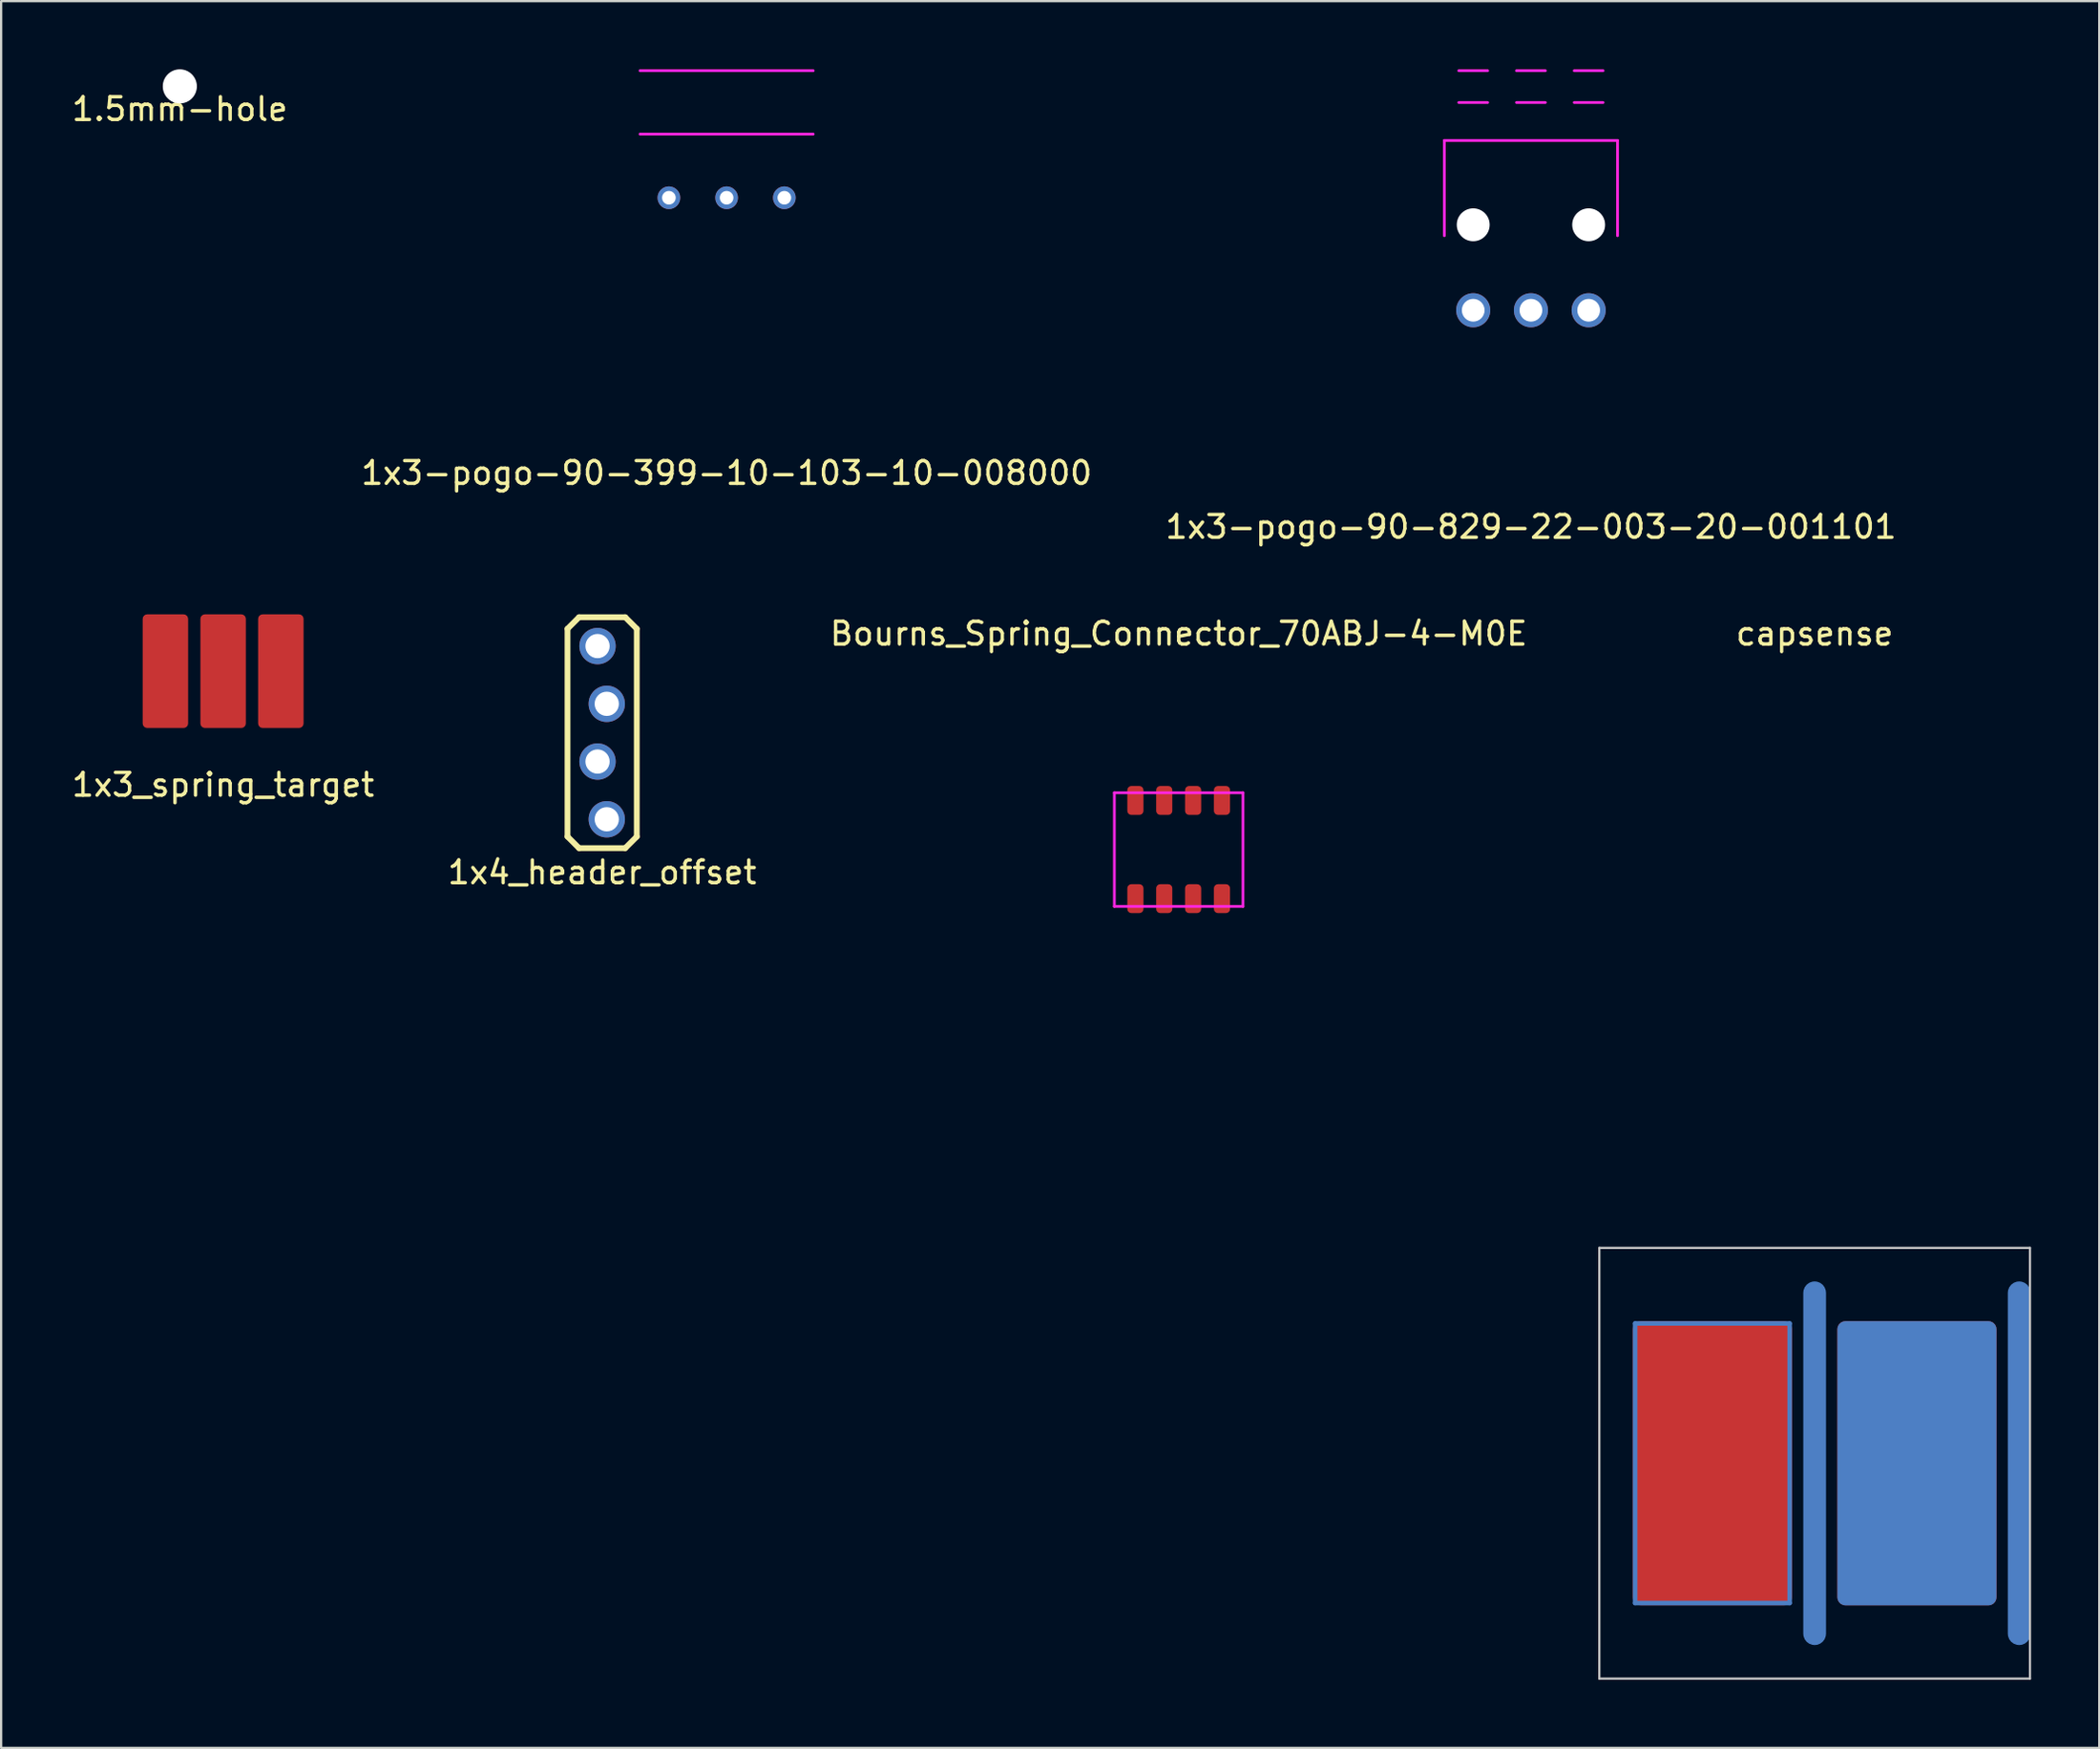
<source format=kicad_pcb>
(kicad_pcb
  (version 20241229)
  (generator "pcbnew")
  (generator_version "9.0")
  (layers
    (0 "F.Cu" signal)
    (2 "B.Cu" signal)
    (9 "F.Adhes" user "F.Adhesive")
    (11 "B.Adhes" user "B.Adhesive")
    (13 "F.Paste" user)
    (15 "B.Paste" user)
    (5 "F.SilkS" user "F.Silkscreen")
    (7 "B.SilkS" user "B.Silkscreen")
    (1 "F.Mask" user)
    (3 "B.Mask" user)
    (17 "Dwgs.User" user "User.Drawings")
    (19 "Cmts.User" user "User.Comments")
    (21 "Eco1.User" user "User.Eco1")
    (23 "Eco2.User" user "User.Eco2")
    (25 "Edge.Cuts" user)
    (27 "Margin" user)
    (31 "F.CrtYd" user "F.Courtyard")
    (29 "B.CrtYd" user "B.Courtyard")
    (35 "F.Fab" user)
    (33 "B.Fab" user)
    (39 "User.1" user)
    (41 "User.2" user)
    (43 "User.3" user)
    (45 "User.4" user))
  (footprint "1x3-pogo-90-399-10-103-10-008000"
    (layer "F.Cu")
    (at 28.923 2.26)
    (property "Reference" "1x3-pogo-90-399-10-103-10-008000" (at 0 15.5 0) (layer "F.SilkS") (effects (font (size 1 1) (thickness 0.15))))
    (attr through_hole)
    (fp_line (start 4.445 0) (end -4.445 0) (stroke (width 0.12) (type solid)) (layer "Eco2.User"))
    (fp_line (start 3.81 -2.2) (end -3.81 -2.2) (stroke (width 0.12) (type solid)) (layer "F.CrtYd"))
    (fp_line (start 3.81 0.59) (end -3.81 0.59) (stroke (width 0.12) (type solid)) (layer "F.CrtYd"))
    (pad "1" thru_hole circle (at 2.54 3.39 180) (size 1 1) (drill 0.6) (layers "*.Cu" "*.Mask"))
    (pad "2" thru_hole circle (at 0 3.39 180) (size 1 1) (drill 0.6) (layers "*.Cu" "*.Mask"))
    (pad "3" thru_hole circle (at -2.54 3.39 180) (size 1 1) (drill 0.6) (layers "*.Cu" "*.Mask")))
  (footprint "1x3-pogo-90-829-22-003-20-001101"
    (layer "F.Cu")
    (at 64.315 4.63)
    (property "Reference" "1x3-pogo-90-829-22-003-20-001101" (at 0 15.5 0) (layer "F.SilkS") (effects (font (size 1 1) (thickness 0.15))))
    (attr through_hole)
    (fp_line (start -4.445 -3.5) (end 4.445 -3.5) (stroke (width 0.12) (type solid)) (layer "Eco1.User"))
    (fp_line (start -4.445 0) (end 4.445 0) (stroke (width 0.12) (type solid)) (layer "Eco2.User"))
    (fp_line (start -3.81 -1.5) (end -3.81 2.69) (stroke (width 0.12) (type solid)) (layer "F.CrtYd"))
    (fp_line (start -1.905 -4.57) (end -3.175 -4.57) (stroke (width 0.12) (type solid)) (layer "F.CrtYd"))
    (fp_line (start -1.905 -3.17) (end -3.175 -3.17) (stroke (width 0.12) (type solid)) (layer "F.CrtYd"))
    (fp_line (start 0.635 -4.57) (end -0.635 -4.57) (stroke (width 0.12) (type solid)) (layer "F.CrtYd"))
    (fp_line (start 0.635 -3.17) (end -0.635 -3.17) (stroke (width 0.12) (type solid)) (layer "F.CrtYd"))
    (fp_line (start 3.175 -4.57) (end 1.905 -4.57) (stroke (width 0.12) (type solid)) (layer "F.CrtYd"))
    (fp_line (start 3.175 -3.17) (end 1.905 -3.17) (stroke (width 0.12) (type solid)) (layer "F.CrtYd"))
    (fp_line (start 3.81 -1.5) (end -3.81 -1.5) (stroke (width 0.12) (type solid)) (layer "F.CrtYd"))
    (fp_line (start 3.81 -1.5) (end 3.81 2.69) (stroke (width 0.12) (type solid)) (layer "F.CrtYd"))
    (pad "" np_thru_hole circle (at -2.54 2.21 180) (size 1.448 1.448) (drill 1.448) (layers "*.Cu" "*.Mask"))
    (pad "" np_thru_hole circle (at 2.54 2.21 180) (size 1.448 1.448) (drill 1.448) (layers "*.Cu" "*.Mask"))
    (pad "1" thru_hole circle (at 2.54 5.97 180) (size 1.5 1.5) (drill 1) (layers "*.Cu" "*.Mask"))
    (pad "2" thru_hole circle (at 0 5.97 180) (size 1.5 1.5) (drill 1) (layers "*.Cu" "*.Mask"))
    (pad "3" thru_hole circle (at -2.54 5.97 180) (size 1.5 1.5) (drill 1) (layers "*.Cu" "*.Mask")))
  (footprint "capsense"
    (layer "F.Cu")
    (at 76.799 61.327)
    (property "Reference" "capsense" (at 0 -36.5 0) (layer "F.SilkS") (effects (font (size 1 1) (thickness 0.15))))
    (attr through_hole)
    (fp_line (start -9.475 -9.475) (end 9.475 -9.475) (stroke (width 0.1) (type solid)) (layer "Dwgs.User"))
    (fp_line (start -9.475 9.475) (end -9.475 -9.475) (stroke (width 0.1) (type solid)) (layer "Dwgs.User"))
    (fp_line (start -9.475 9.475) (end 9.475 9.475) (stroke (width 0.1) (type solid)) (layer "Dwgs.User"))
    (fp_line (start 9.475 -9.475) (end 9.475 9.475) (stroke (width 0.1) (type solid)) (layer "Dwgs.User"))
    (pad "" smd roundrect (at -7.9 0) (size 0.2 12.5) (layers "F.Mask" "B.Cu") (roundrect_rratio 0.5))
    (pad "" smd roundrect (at -4.5 -6.15) (size 7 0.2) (layers "F.Mask" "B.Cu") (roundrect_rratio 0.5))
    (pad "" smd roundrect (at -4.5 6.15) (size 7 0.2) (layers "F.Mask" "B.Cu") (roundrect_rratio 0.5))
    (pad "" smd roundrect (at -1.1 0) (size 0.2 12.5) (layers "F.Mask" "B.Cu") (roundrect_rratio 0.5))
    (pad "" smd roundrect (at 4.5 0) (size 7 12.5) (layers "F.Cu" "F.Mask") (roundrect_rratio 0.05))
    (pad "1" smd roundrect (at -4.5 0) (size 7 12.5) (layers "F.Cu" "F.Mask") (roundrect_rratio 0.05))
    (pad "2" smd roundrect (at 4.5 0) (size 7 12.5) (layers "B.Cu" "B.Mask") (roundrect_rratio 0.05))
    (pad "3" smd roundrect (at 0 0) (size 1 16) (layers "B.Cu") (roundrect_rratio 0.5))
    (pad "3" smd roundrect (at 9 0) (size 1 16) (layers "B.Cu") (roundrect_rratio 0.5)))
  (footprint "1x3_spring_target"
    (layer "F.Cu")
    (at 6.768 26.478)
    (property "Reference" "1x3_spring_target" (at 0 5 0) (layer "F.SilkS") (effects (font (size 1 1) (thickness 0.15))))
    (attr through_hole)
    (pad "1" smd roundrect (at -2.54 0) (size 2 5) (layers "F.Cu" "F.Mask" "F.Paste") (roundrect_rratio 0.1))
    (pad "2" smd roundrect (at 0 0) (size 2 5) (layers "F.Cu" "F.Mask" "F.Paste") (roundrect_rratio 0.1))
    (pad "3" smd roundrect (at 2.54 0) (size 2 5) (layers "F.Cu" "F.Mask" "F.Paste") (roundrect_rratio 0.1)))
  (footprint "Bourns_Spring_Connector_70ABJ-4-M0E"
    (layer "F.Cu")
    (at 48.815 34.327)
    (property "Reference" "Bourns_Spring_Connector_70ABJ-4-M0E" (at 0 -9.5 0) (layer "F.SilkS") (effects (font (size 1 1) (thickness 0.15))))
    (attr through_hole)
    (fp_line (start -2.83 -2.5) (end -2.83 2.5) (stroke (width 0.12) (type solid)) (layer "F.CrtYd"))
    (fp_line (start -2.83 -2.5) (end 2.83 -2.5) (stroke (width 0.12) (type solid)) (layer "F.CrtYd"))
    (fp_line (start -2.83 2.5) (end 2.83 2.5) (stroke (width 0.12) (type solid)) (layer "F.CrtYd"))
    (fp_line (start 2.83 2.5) (end 2.83 -2.5) (stroke (width 0.12) (type solid)) (layer "F.CrtYd"))
    (pad "1" smd roundrect (at -1.905 -2.16) (size 0.71 1.27) (layers "F.Cu" "F.Mask" "F.Paste") (roundrect_rratio 0.25))
    (pad "1" smd roundrect (at -1.905 2.16) (size 0.71 1.27) (layers "F.Cu" "F.Mask" "F.Paste") (roundrect_rratio 0.25))
    (pad "1" smd roundrect (at -0.635 -2.16) (size 0.71 1.27) (layers "F.Cu" "F.Mask" "F.Paste") (roundrect_rratio 0.25))
    (pad "1" smd roundrect (at -0.635 2.16) (size 0.71 1.27) (layers "F.Cu" "F.Mask" "F.Paste") (roundrect_rratio 0.25))
    (pad "1" smd roundrect (at 0.635 -2.16) (size 0.71 1.27) (layers "F.Cu" "F.Mask" "F.Paste") (roundrect_rratio 0.25))
    (pad "1" smd roundrect (at 0.635 2.16) (size 0.71 1.27) (layers "F.Cu" "F.Mask" "F.Paste") (roundrect_rratio 0.25))
    (pad "1" smd roundrect (at 1.905 -2.16) (size 0.71 1.27) (layers "F.Cu" "F.Mask" "F.Paste") (roundrect_rratio 0.25))
    (pad "1" smd roundrect (at 1.905 2.16) (size 0.71 1.27) (layers "F.Cu" "F.Mask" "F.Paste") (roundrect_rratio 0.25)))
  (footprint "1.5mm-hole"
    (layer "F.Cu")
    (at 4.863 0.75)
    (property "Reference" "1.5mm-hole" (at 0 1 0) (layer "F.SilkS") (effects (font (size 1 1) (thickness 0.15))))
    (attr through_hole)
    (pad "" np_thru_hole circle (at 0 0) (size 1.5 1.5) (drill 1.5) (layers "*.Cu" "*.Mask")))
  (footprint "1x4_header_offset"
    (layer "F.Cu")
    (at 23.446 25.375)
    (property "Reference" "1x4_header_offset" (at 0 10.54 0) (layer "F.SilkS") (effects (font (size 1 1) (thickness 0.15)) (justify bottom)))
    (attr through_hole)
    (fp_line (start -1.524 -0.762) (end -1.016 -1.27) (stroke (width 0.254) (type solid)) (layer "F.SilkS"))
    (fp_line (start -1.524 8.382) (end -1.524 -0.762) (stroke (width 0.254) (type solid)) (layer "F.SilkS"))
    (fp_line (start -1.016 -1.27) (end 1.016 -1.27) (stroke (width 0.254) (type solid)) (layer "F.SilkS"))
    (fp_line (start -1.016 8.89) (end -1.524 8.382) (stroke (width 0.254) (type solid)) (layer "F.SilkS"))
    (fp_line (start 1.016 -1.27) (end 1.524 -0.762) (stroke (width 0.254) (type solid)) (layer "F.SilkS"))
    (fp_line (start 1.016 8.89) (end -1.016 8.89) (stroke (width 0.254) (type solid)) (layer "F.SilkS"))
    (fp_line (start 1.524 -0.762) (end 1.524 8.382) (stroke (width 0.254) (type solid)) (layer "F.SilkS"))
    (fp_line (start 1.524 8.382) (end 1.016 8.89) (stroke (width 0.254) (type solid)) (layer "F.SilkS"))
    (pad "1" thru_hole circle (at -0.203 0) (size 1.6 1.6) (drill 1.067) (layers "*.Cu" "*.Mask"))
    (pad "2" thru_hole circle (at 0.203 2.54) (size 1.6 1.6) (drill 1.067) (layers "*.Cu" "*.Mask"))
    (pad "3" thru_hole circle (at -0.203 5.08) (size 1.6 1.6) (drill 1.067) (layers "*.Cu" "*.Mask"))
    (pad "4" thru_hole circle (at 0.203 7.62) (size 1.6 1.6) (drill 1.067) (layers "*.Cu" "*.Mask")))
  (gr_rect
    (start -3 -3)
    (end 89.324 73.852)
    (stroke (width 0.1) (type default))
    (fill no)
    (layer "Edge.Cuts")))
</source>
